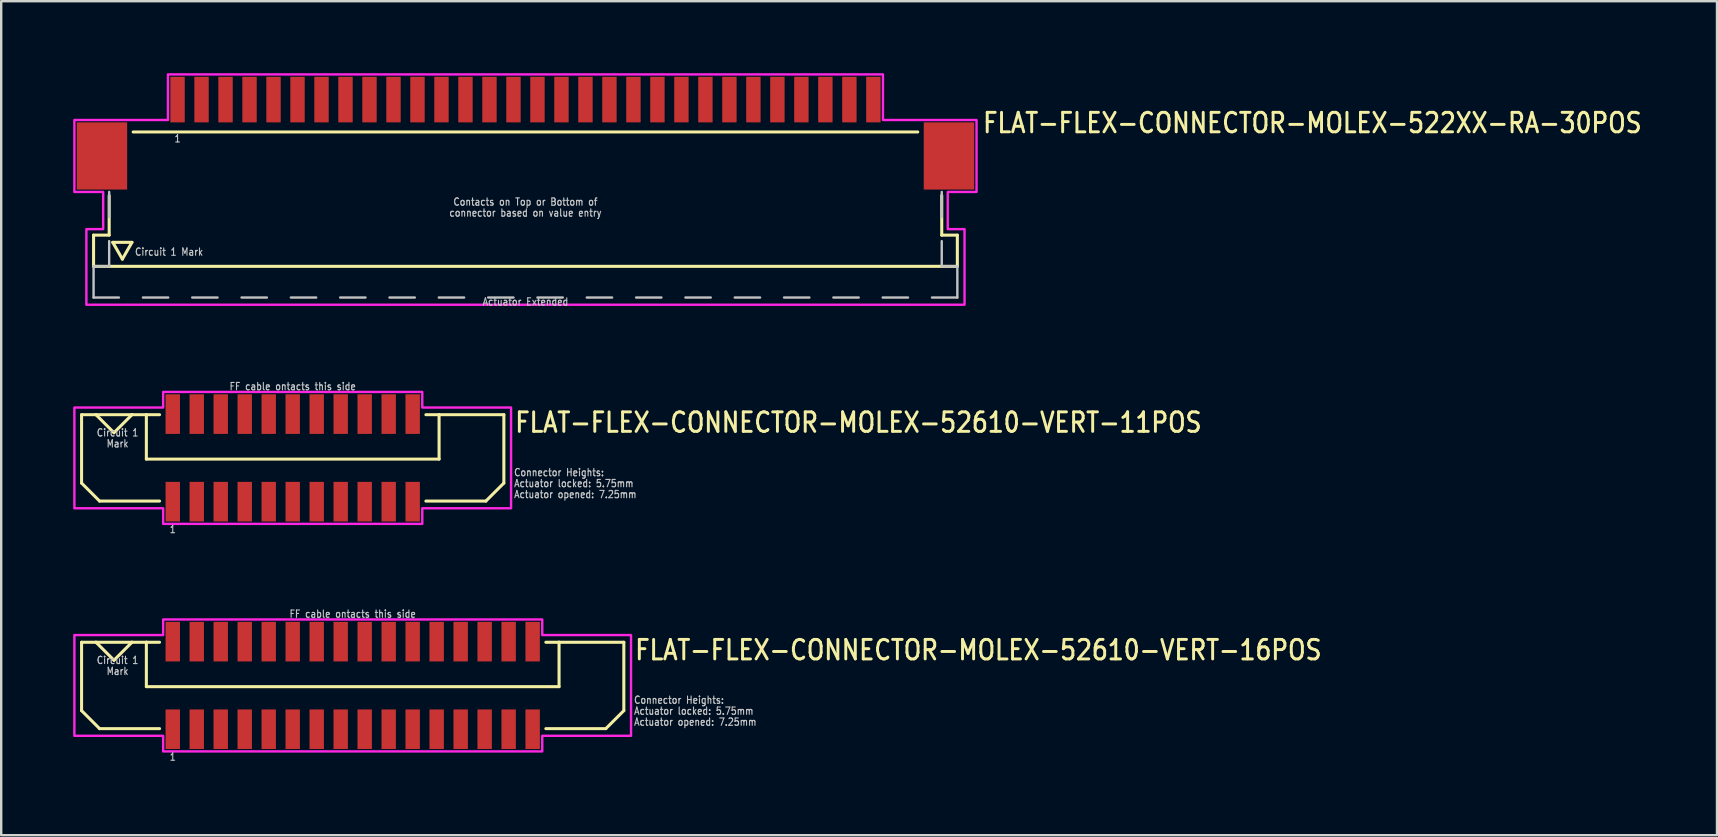
<source format=kicad_pcb>
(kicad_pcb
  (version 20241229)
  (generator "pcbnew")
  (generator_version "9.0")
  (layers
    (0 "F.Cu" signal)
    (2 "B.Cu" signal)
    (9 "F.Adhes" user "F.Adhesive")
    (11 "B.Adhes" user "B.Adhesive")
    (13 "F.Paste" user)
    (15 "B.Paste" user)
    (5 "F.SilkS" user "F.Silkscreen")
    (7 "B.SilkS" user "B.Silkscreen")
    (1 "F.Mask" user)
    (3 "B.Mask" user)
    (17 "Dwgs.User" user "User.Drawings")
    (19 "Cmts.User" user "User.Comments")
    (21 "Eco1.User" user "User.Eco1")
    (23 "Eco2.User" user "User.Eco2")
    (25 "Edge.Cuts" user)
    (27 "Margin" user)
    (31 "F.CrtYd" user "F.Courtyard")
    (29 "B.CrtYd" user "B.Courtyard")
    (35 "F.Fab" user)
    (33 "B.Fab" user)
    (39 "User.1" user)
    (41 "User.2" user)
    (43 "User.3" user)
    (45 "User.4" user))
  (footprint "FLAT-FLEX-CONNECTOR-MOLEX-522XX-RA-30POS"
    (layer "F.Cu")
    (at 18.85 2.05)
    (property "Reference" "FLAT-FLEX-CONNECTOR-MOLEX-522XX-RA-30POS" (at 19 0.5 0) (unlocked yes) (layer "F.SilkS") (effects (font (size 0.813 0.695) (thickness 0.122)) (justify left bottom)))
    (fp_line (start -18 4.7) (end -18 6) (stroke (width 0.127) (type solid)) (layer "F.SilkS"))
    (fp_line (start -18 6) (end 18 6) (stroke (width 0.127) (type solid)) (layer "F.SilkS"))
    (fp_line (start -17.35 3.05) (end -17.35 4.7) (stroke (width 0.127) (type solid)) (layer "F.SilkS"))
    (fp_line (start -17.35 4.7) (end -18 4.7) (stroke (width 0.127) (type solid)) (layer "F.SilkS"))
    (fp_line (start -17.2 5) (end -16.4 5) (stroke (width 0.127) (type solid)) (layer "F.SilkS"))
    (fp_line (start -16.8 5.7) (end -17.2 5) (stroke (width 0.127) (type solid)) (layer "F.SilkS"))
    (fp_line (start -16.4 5) (end -16.8 5.7) (stroke (width 0.127) (type solid)) (layer "F.SilkS"))
    (fp_line (start -16.35 0.4) (end 16.35 0.4) (stroke (width 0.127) (type solid)) (layer "F.SilkS"))
    (fp_line (start 17.35 3.05) (end 17.35 4.7) (stroke (width 0.127) (type solid)) (layer "F.SilkS"))
    (fp_line (start 18 4.7) (end 17.35 4.7) (stroke (width 0.127) (type solid)) (layer "F.SilkS"))
    (fp_line (start 18 6) (end 18 4.7) (stroke (width 0.127) (type solid)) (layer "F.SilkS"))
    (fp_line (start -18 6) (end -18 7.3) (stroke (width 0.1) (type solid)) (layer "Dwgs.User"))
    (fp_line (start -18 7.3) (end -16.944 7.3) (stroke (width 0.1) (type solid)) (layer "Dwgs.User"))
    (fp_line (start -17.35 2.9) (end -17.35 3.95) (stroke (width 0.1) (type solid)) (layer "Dwgs.User"))
    (fp_line (start -17.35 4.95) (end -17.35 6) (stroke (width 0.1) (type solid)) (layer "Dwgs.User"))
    (fp_line (start -17.35 6) (end -18 6) (stroke (width 0.1) (type solid)) (layer "Dwgs.User"))
    (fp_line (start -15.944 7.3) (end -14.889 7.3) (stroke (width 0.1) (type solid)) (layer "Dwgs.User"))
    (fp_line (start -13.889 7.3) (end -12.833 7.3) (stroke (width 0.1) (type solid)) (layer "Dwgs.User"))
    (fp_line (start -11.833 7.3) (end -10.778 7.3) (stroke (width 0.1) (type solid)) (layer "Dwgs.User"))
    (fp_line (start -9.778 7.3) (end -8.722 7.3) (stroke (width 0.1) (type solid)) (layer "Dwgs.User"))
    (fp_line (start -7.722 7.3) (end -6.667 7.3) (stroke (width 0.1) (type solid)) (layer "Dwgs.User"))
    (fp_line (start -5.667 7.3) (end -4.611 7.3) (stroke (width 0.1) (type solid)) (layer "Dwgs.User"))
    (fp_line (start -3.611 7.3) (end -2.556 7.3) (stroke (width 0.1) (type solid)) (layer "Dwgs.User"))
    (fp_line (start -1.556 7.3) (end -0.5 7.3) (stroke (width 0.1) (type solid)) (layer "Dwgs.User"))
    (fp_line (start 0.5 7.3) (end 1.556 7.3) (stroke (width 0.1) (type solid)) (layer "Dwgs.User"))
    (fp_line (start 2.556 7.3) (end 3.611 7.3) (stroke (width 0.1) (type solid)) (layer "Dwgs.User"))
    (fp_line (start 4.611 7.3) (end 5.667 7.3) (stroke (width 0.1) (type solid)) (layer "Dwgs.User"))
    (fp_line (start 6.667 7.3) (end 7.722 7.3) (stroke (width 0.1) (type solid)) (layer "Dwgs.User"))
    (fp_line (start 8.722 7.3) (end 9.778 7.3) (stroke (width 0.1) (type solid)) (layer "Dwgs.User"))
    (fp_line (start 10.778 7.3) (end 11.833 7.3) (stroke (width 0.1) (type solid)) (layer "Dwgs.User"))
    (fp_line (start 12.833 7.3) (end 13.889 7.3) (stroke (width 0.1) (type solid)) (layer "Dwgs.User"))
    (fp_line (start 14.889 7.3) (end 15.944 7.3) (stroke (width 0.1) (type solid)) (layer "Dwgs.User"))
    (fp_line (start 16.944 7.3) (end 18 7.3) (stroke (width 0.1) (type solid)) (layer "Dwgs.User"))
    (fp_line (start 17.35 2.9) (end 17.35 3.95) (stroke (width 0.1) (type solid)) (layer "Dwgs.User"))
    (fp_line (start 17.35 4.95) (end 17.35 6) (stroke (width 0.1) (type solid)) (layer "Dwgs.User"))
    (fp_line (start 18 6) (end 17.35 6) (stroke (width 0.1) (type solid)) (layer "Dwgs.User"))
    (fp_line (start 18 7.3) (end 18 6) (stroke (width 0.1) (type solid)) (layer "Dwgs.User"))
    (fp_poly (pts (xy -18.8 2.9) (xy -18.8 -0.1) (xy -14.9 -0.1) (xy -14.9 -2) (xy 14.9 -2) (xy 14.9 -0.1) (xy 18.8 -0.1) (xy 18.8 2.9) (xy 17.6 2.9) (xy 17.6 4.45) (xy 18.3 4.45) (xy 18.3 7.6) (xy -18.3 7.6) (xy -18.3 4.45) (xy -17.6 4.45) (xy -17.6 2.9)) (stroke (width 0.1) (type solid)) (fill no) (layer "F.CrtYd"))
    (fp_text user "Contacts on Top or Bottom of" (at 0 3.493 0) (unlocked yes) (layer "Dwgs.User") (effects (font (size 0.305 0.261) (thickness 0.046)) (justify bottom)))
    (fp_text user "Actuator Extended" (at 0 7.3 0) (unlocked yes) (layer "Dwgs.User") (effects (font (size 0.305 0.261) (thickness 0.046)) (justify top)))
    (fp_text user "connector based on value entry" (at 0 3.95 0) (unlocked yes) (layer "Dwgs.User") (effects (font (size 0.305 0.261) (thickness 0.046)) (justify bottom)))
    (fp_text user "1" (at -14.5 0.5 0) (unlocked yes) (layer "Dwgs.User") (effects (font (size 0.305 0.261) (thickness 0.046)) (justify top)))
    (fp_text user "Circuit 1 Mark" (at -16.3 5.4 0) (unlocked yes) (layer "Dwgs.User") (effects (font (size 0.305 0.261) (thickness 0.046)) (justify left)))
    (pad "M1" smd rect (at -17.65 1.4) (size 2.1 2.8) (layers "F.Cu" "F.Mask" "F.Paste"))
    (pad "M2" smd rect (at 17.65 1.4) (size 2.1 2.8) (layers "F.Cu" "F.Mask" "F.Paste"))
    (pad "P$1" smd rect (at -14.5 -0.95) (size 0.6 1.9) (layers "F.Cu" "F.Mask" "F.Paste"))
    (pad "P$2" smd rect (at -13.5 -0.95) (size 0.6 1.9) (layers "F.Cu" "F.Mask" "F.Paste"))
    (pad "P$3" smd rect (at -12.5 -0.95) (size 0.6 1.9) (layers "F.Cu" "F.Mask" "F.Paste"))
    (pad "P$4" smd rect (at -11.5 -0.95) (size 0.6 1.9) (layers "F.Cu" "F.Mask" "F.Paste"))
    (pad "P$5" smd rect (at -10.5 -0.95) (size 0.6 1.9) (layers "F.Cu" "F.Mask" "F.Paste"))
    (pad "P$6" smd rect (at -9.5 -0.95) (size 0.6 1.9) (layers "F.Cu" "F.Mask" "F.Paste"))
    (pad "P$7" smd rect (at -8.5 -0.95) (size 0.6 1.9) (layers "F.Cu" "F.Mask" "F.Paste"))
    (pad "P$8" smd rect (at -7.5 -0.95) (size 0.6 1.9) (layers "F.Cu" "F.Mask" "F.Paste"))
    (pad "P$9" smd rect (at -6.5 -0.95) (size 0.6 1.9) (layers "F.Cu" "F.Mask" "F.Paste"))
    (pad "P$10" smd rect (at -5.5 -0.95) (size 0.6 1.9) (layers "F.Cu" "F.Mask" "F.Paste"))
    (pad "P$11" smd rect (at -4.5 -0.95) (size 0.6 1.9) (layers "F.Cu" "F.Mask" "F.Paste"))
    (pad "P$12" smd rect (at -3.5 -0.95) (size 0.6 1.9) (layers "F.Cu" "F.Mask" "F.Paste"))
    (pad "P$13" smd rect (at -2.5 -0.95) (size 0.6 1.9) (layers "F.Cu" "F.Mask" "F.Paste"))
    (pad "P$14" smd rect (at -1.5 -0.95) (size 0.6 1.9) (layers "F.Cu" "F.Mask" "F.Paste"))
    (pad "P$15" smd rect (at -0.5 -0.95) (size 0.6 1.9) (layers "F.Cu" "F.Mask" "F.Paste"))
    (pad "P$16" smd rect (at 0.5 -0.95) (size 0.6 1.9) (layers "F.Cu" "F.Mask" "F.Paste"))
    (pad "P$17" smd rect (at 1.5 -0.95) (size 0.6 1.9) (layers "F.Cu" "F.Mask" "F.Paste"))
    (pad "P$18" smd rect (at 2.5 -0.95) (size 0.6 1.9) (layers "F.Cu" "F.Mask" "F.Paste"))
    (pad "P$19" smd rect (at 3.5 -0.95) (size 0.6 1.9) (layers "F.Cu" "F.Mask" "F.Paste"))
    (pad "P$20" smd rect (at 4.5 -0.95) (size 0.6 1.9) (layers "F.Cu" "F.Mask" "F.Paste"))
    (pad "P$21" smd rect (at 5.5 -0.95) (size 0.6 1.9) (layers "F.Cu" "F.Mask" "F.Paste"))
    (pad "P$22" smd rect (at 6.5 -0.95) (size 0.6 1.9) (layers "F.Cu" "F.Mask" "F.Paste"))
    (pad "P$23" smd rect (at 7.5 -0.95) (size 0.6 1.9) (layers "F.Cu" "F.Mask" "F.Paste"))
    (pad "P$24" smd rect (at 8.5 -0.95) (size 0.6 1.9) (layers "F.Cu" "F.Mask" "F.Paste"))
    (pad "P$25" smd rect (at 9.5 -0.95) (size 0.6 1.9) (layers "F.Cu" "F.Mask" "F.Paste"))
    (pad "P$26" smd rect (at 10.5 -0.95) (size 0.6 1.9) (layers "F.Cu" "F.Mask" "F.Paste"))
    (pad "P$27" smd rect (at 11.5 -0.95) (size 0.6 1.9) (layers "F.Cu" "F.Mask" "F.Paste"))
    (pad "P$28" smd rect (at 12.5 -0.95) (size 0.6 1.9) (layers "F.Cu" "F.Mask" "F.Paste"))
    (pad "P$29" smd rect (at 13.5 -0.95) (size 0.6 1.9) (layers "F.Cu" "F.Mask" "F.Paste"))
    (pad "P$30" smd rect (at 14.5 -0.95) (size 0.6 1.9) (layers "F.Cu" "F.Mask" "F.Paste")))
  (footprint "FLAT-FLEX-CONNECTOR-MOLEX-52610-VERT-11POS"
    (layer "F.Cu")
    (at 9.15 16.034)
    (property "Reference" "FLAT-FLEX-CONNECTOR-MOLEX-52610-VERT-11POS" (at 9.2 -1 0) (unlocked yes) (layer "F.SilkS") (effects (font (size 0.813 0.695) (thickness 0.122)) (justify left bottom)))
    (fp_line (start -8.8 -1.8) (end -8.8 1.05) (stroke (width 0.127) (type solid)) (layer "F.SilkS"))
    (fp_line (start -8.8 1.05) (end -8.05 1.8) (stroke (width 0.127) (type solid)) (layer "F.SilkS"))
    (fp_line (start -8.2 -1.8) (end -8.8 -1.8) (stroke (width 0.127) (type solid)) (layer "F.SilkS"))
    (fp_line (start -8.2 -1.8) (end -7.45 -1.05) (stroke (width 0.127) (type solid)) (layer "F.SilkS"))
    (fp_line (start -8.05 1.8) (end -5.55 1.8) (stroke (width 0.127) (type solid)) (layer "F.SilkS"))
    (fp_line (start -7.45 -1.05) (end -6.7 -1.8) (stroke (width 0.127) (type solid)) (layer "F.SilkS"))
    (fp_line (start -6.7 -1.8) (end -8.2 -1.8) (stroke (width 0.127) (type solid)) (layer "F.SilkS"))
    (fp_line (start -6.1 -1.8) (end -6.7 -1.8) (stroke (width 0.127) (type solid)) (layer "F.SilkS"))
    (fp_line (start -6.1 -1.8) (end -6.1 0.05) (stroke (width 0.127) (type solid)) (layer "F.SilkS"))
    (fp_line (start -6.1 0.05) (end 6.1 0.05) (stroke (width 0.127) (type solid)) (layer "F.SilkS"))
    (fp_line (start -5.55 -1.8) (end -6.1 -1.8) (stroke (width 0.127) (type solid)) (layer "F.SilkS"))
    (fp_line (start 5.55 -1.8) (end 6.1 -1.8) (stroke (width 0.127) (type solid)) (layer "F.SilkS"))
    (fp_line (start 6.1 -1.8) (end 8.8 -1.8) (stroke (width 0.127) (type solid)) (layer "F.SilkS"))
    (fp_line (start 6.1 0.05) (end 6.1 -1.8) (stroke (width 0.127) (type solid)) (layer "F.SilkS"))
    (fp_line (start 8.05 1.8) (end 5.55 1.8) (stroke (width 0.127) (type solid)) (layer "F.SilkS"))
    (fp_line (start 8.8 -1.8) (end 8.8 1.05) (stroke (width 0.127) (type solid)) (layer "F.SilkS"))
    (fp_line (start 8.8 1.05) (end 8.05 1.8) (stroke (width 0.127) (type solid)) (layer "F.SilkS"))
    (fp_poly (pts (xy -9.1 -2.1) (xy -5.4 -2.1) (xy -5.4 -2.75) (xy 5.4 -2.75) (xy 5.4 -2.1) (xy 9.1 -2.1) (xy 9.1 2.1) (xy 5.4 2.1) (xy 5.4 2.75) (xy -5.4 2.75) (xy -5.4 2.1) (xy -9.1 2.1)) (stroke (width 0.1) (type solid)) (fill no) (layer "F.CrtYd"))
    (fp_text user "Mark" (at -7.3 -0.771 0) (unlocked yes) (layer "Dwgs.User") (effects (font (size 0.305 0.261) (thickness 0.046)) (justify top)))
    (fp_text user "FF cable ontacts this side" (at 0 -2.8 0) (unlocked yes) (layer "Dwgs.User") (effects (font (size 0.305 0.261) (thickness 0.046)) (justify bottom)))
    (fp_text user "1" (at -5 2.8 0) (unlocked yes) (layer "Dwgs.User") (effects (font (size 0.305 0.261) (thickness 0.046)) (justify top)))
    (fp_text user "Circuit 1" (at -7.3 -1.229 0) (unlocked yes) (layer "Dwgs.User") (effects (font (size 0.305 0.261) (thickness 0.046)) (justify top)))
    (fp_text user "Connector Heights:" (at 9.2 0.786 0) (unlocked yes) (layer "Dwgs.User") (effects (font (size 0.305 0.261) (thickness 0.046)) (justify left bottom)))
    (fp_text user "Actuator opened: 7.25mm" (at 9.2 1.7 0) (unlocked yes) (layer "Dwgs.User") (effects (font (size 0.305 0.261) (thickness 0.046)) (justify left bottom)))
    (fp_text user "Actuator locked: 5.75mm" (at 9.2 1.243 0) (unlocked yes) (layer "Dwgs.User") (effects (font (size 0.305 0.261) (thickness 0.046)) (justify left bottom)))
    (pad "PC1" smd rect (at -5 -1.825) (size 0.6 1.65) (layers "F.Cu" "F.Mask" "F.Paste"))
    (pad "PC2" smd rect (at -4 -1.825) (size 0.6 1.65) (layers "F.Cu" "F.Mask" "F.Paste"))
    (pad "PC3" smd rect (at -3 -1.825) (size 0.6 1.65) (layers "F.Cu" "F.Mask" "F.Paste"))
    (pad "PC4" smd rect (at -2 -1.825) (size 0.6 1.65) (layers "F.Cu" "F.Mask" "F.Paste"))
    (pad "PC5" smd rect (at -1 -1.825) (size 0.6 1.65) (layers "F.Cu" "F.Mask" "F.Paste"))
    (pad "PC6" smd rect (at 0 -1.825) (size 0.6 1.65) (layers "F.Cu" "F.Mask" "F.Paste"))
    (pad "PC7" smd rect (at 1 -1.825) (size 0.6 1.65) (layers "F.Cu" "F.Mask" "F.Paste"))
    (pad "PC8" smd rect (at 2 -1.825) (size 0.6 1.65) (layers "F.Cu" "F.Mask" "F.Paste"))
    (pad "PC9" smd rect (at 3 -1.825) (size 0.6 1.65) (layers "F.Cu" "F.Mask" "F.Paste"))
    (pad "PC10" smd rect (at 4 -1.825) (size 0.6 1.65) (layers "F.Cu" "F.Mask" "F.Paste"))
    (pad "PC11" smd rect (at 5 -1.825) (size 0.6 1.65) (layers "F.Cu" "F.Mask" "F.Paste"))
    (pad "PS1" smd rect (at -5 1.825) (size 0.6 1.65) (layers "F.Cu" "F.Mask" "F.Paste"))
    (pad "PS2" smd rect (at -4 1.825) (size 0.6 1.65) (layers "F.Cu" "F.Mask" "F.Paste"))
    (pad "PS3" smd rect (at -3 1.825) (size 0.6 1.65) (layers "F.Cu" "F.Mask" "F.Paste"))
    (pad "PS4" smd rect (at -2 1.825) (size 0.6 1.65) (layers "F.Cu" "F.Mask" "F.Paste"))
    (pad "PS5" smd rect (at -1 1.825) (size 0.6 1.65) (layers "F.Cu" "F.Mask" "F.Paste"))
    (pad "PS6" smd rect (at 0 1.825) (size 0.6 1.65) (layers "F.Cu" "F.Mask" "F.Paste"))
    (pad "PS7" smd rect (at 1 1.825) (size 0.6 1.65) (layers "F.Cu" "F.Mask" "F.Paste"))
    (pad "PS8" smd rect (at 2 1.825) (size 0.6 1.65) (layers "F.Cu" "F.Mask" "F.Paste"))
    (pad "PS9" smd rect (at 3 1.825) (size 0.6 1.65) (layers "F.Cu" "F.Mask" "F.Paste"))
    (pad "PS10" smd rect (at 4 1.825) (size 0.6 1.65) (layers "F.Cu" "F.Mask" "F.Paste"))
    (pad "PS11" smd rect (at 5 1.825) (size 0.6 1.65) (layers "F.Cu" "F.Mask" "F.Paste")))
  (footprint "FLAT-FLEX-CONNECTOR-MOLEX-52610-VERT-16POS"
    (layer "F.Cu")
    (at 11.65 25.518)
    (property "Reference" "FLAT-FLEX-CONNECTOR-MOLEX-52610-VERT-16POS" (at 11.7 -1 0) (unlocked yes) (layer "F.SilkS") (effects (font (size 0.813 0.695) (thickness 0.122)) (justify left bottom)))
    (fp_line (start -11.3 -1.8) (end -11.3 1.05) (stroke (width 0.127) (type solid)) (layer "F.SilkS"))
    (fp_line (start -11.3 1.05) (end -10.55 1.8) (stroke (width 0.127) (type solid)) (layer "F.SilkS"))
    (fp_line (start -10.7 -1.8) (end -11.3 -1.8) (stroke (width 0.127) (type solid)) (layer "F.SilkS"))
    (fp_line (start -10.7 -1.8) (end -9.95 -1.05) (stroke (width 0.127) (type solid)) (layer "F.SilkS"))
    (fp_line (start -10.55 1.8) (end -8.05 1.8) (stroke (width 0.127) (type solid)) (layer "F.SilkS"))
    (fp_line (start -9.95 -1.05) (end -9.2 -1.8) (stroke (width 0.127) (type solid)) (layer "F.SilkS"))
    (fp_line (start -9.2 -1.8) (end -10.7 -1.8) (stroke (width 0.127) (type solid)) (layer "F.SilkS"))
    (fp_line (start -8.6 -1.8) (end -9.2 -1.8) (stroke (width 0.127) (type solid)) (layer "F.SilkS"))
    (fp_line (start -8.6 -1.8) (end -8.6 0.05) (stroke (width 0.127) (type solid)) (layer "F.SilkS"))
    (fp_line (start -8.6 0.05) (end 8.6 0.05) (stroke (width 0.127) (type solid)) (layer "F.SilkS"))
    (fp_line (start -8.05 -1.8) (end -8.6 -1.8) (stroke (width 0.127) (type solid)) (layer "F.SilkS"))
    (fp_line (start 8.05 -1.8) (end 8.6 -1.8) (stroke (width 0.127) (type solid)) (layer "F.SilkS"))
    (fp_line (start 8.6 -1.8) (end 11.3 -1.8) (stroke (width 0.127) (type solid)) (layer "F.SilkS"))
    (fp_line (start 8.6 0.05) (end 8.6 -1.8) (stroke (width 0.127) (type solid)) (layer "F.SilkS"))
    (fp_line (start 10.55 1.8) (end 8.05 1.8) (stroke (width 0.127) (type solid)) (layer "F.SilkS"))
    (fp_line (start 11.3 -1.8) (end 11.3 1.05) (stroke (width 0.127) (type solid)) (layer "F.SilkS"))
    (fp_line (start 11.3 1.05) (end 10.55 1.8) (stroke (width 0.127) (type solid)) (layer "F.SilkS"))
    (fp_poly (pts (xy -11.6 -2.1) (xy -7.9 -2.1) (xy -7.9 -2.75) (xy 7.9 -2.75) (xy 7.9 -2.1) (xy 11.6 -2.1) (xy 11.6 2.1) (xy 7.9 2.1) (xy 7.9 2.75) (xy -7.9 2.75) (xy -7.9 2.1) (xy -11.6 2.1)) (stroke (width 0.1) (type solid)) (fill no) (layer "F.CrtYd"))
    (fp_text user "Connector Heights:" (at 11.7 0.786 0) (unlocked yes) (layer "Dwgs.User") (effects (font (size 0.305 0.261) (thickness 0.046)) (justify left bottom)))
    (fp_text user "FF cable ontacts this side" (at 0 -2.8 0) (unlocked yes) (layer "Dwgs.User") (effects (font (size 0.305 0.261) (thickness 0.046)) (justify bottom)))
    (fp_text user "Mark" (at -9.8 -0.771 0) (unlocked yes) (layer "Dwgs.User") (effects (font (size 0.305 0.261) (thickness 0.046)) (justify top)))
    (fp_text user "Actuator locked: 5.75mm" (at 11.7 1.243 0) (unlocked yes) (layer "Dwgs.User") (effects (font (size 0.305 0.261) (thickness 0.046)) (justify left bottom)))
    (fp_text user "1" (at -7.5 2.8 0) (unlocked yes) (layer "Dwgs.User") (effects (font (size 0.305 0.261) (thickness 0.046)) (justify top)))
    (fp_text user "Actuator opened: 7.25mm" (at 11.7 1.7 0) (unlocked yes) (layer "Dwgs.User") (effects (font (size 0.305 0.261) (thickness 0.046)) (justify left bottom)))
    (fp_text user "Circuit 1" (at -9.8 -1.229 0) (unlocked yes) (layer "Dwgs.User") (effects (font (size 0.305 0.261) (thickness 0.046)) (justify top)))
    (pad "PC1" smd rect (at -7.5 -1.825) (size 0.6 1.65) (layers "F.Cu" "F.Mask" "F.Paste"))
    (pad "PC2" smd rect (at -6.5 -1.825) (size 0.6 1.65) (layers "F.Cu" "F.Mask" "F.Paste"))
    (pad "PC3" smd rect (at -5.5 -1.825) (size 0.6 1.65) (layers "F.Cu" "F.Mask" "F.Paste"))
    (pad "PC4" smd rect (at -4.5 -1.825) (size 0.6 1.65) (layers "F.Cu" "F.Mask" "F.Paste"))
    (pad "PC5" smd rect (at -3.5 -1.825) (size 0.6 1.65) (layers "F.Cu" "F.Mask" "F.Paste"))
    (pad "PC6" smd rect (at -2.5 -1.825) (size 0.6 1.65) (layers "F.Cu" "F.Mask" "F.Paste"))
    (pad "PC7" smd rect (at -1.5 -1.825) (size 0.6 1.65) (layers "F.Cu" "F.Mask" "F.Paste"))
    (pad "PC8" smd rect (at -0.5 -1.825) (size 0.6 1.65) (layers "F.Cu" "F.Mask" "F.Paste"))
    (pad "PC9" smd rect (at 0.5 -1.825) (size 0.6 1.65) (layers "F.Cu" "F.Mask" "F.Paste"))
    (pad "PC10" smd rect (at 1.5 -1.825) (size 0.6 1.65) (layers "F.Cu" "F.Mask" "F.Paste"))
    (pad "PC11" smd rect (at 2.5 -1.825) (size 0.6 1.65) (layers "F.Cu" "F.Mask" "F.Paste"))
    (pad "PC12" smd rect (at 3.5 -1.825) (size 0.6 1.65) (layers "F.Cu" "F.Mask" "F.Paste"))
    (pad "PC13" smd rect (at 4.5 -1.825) (size 0.6 1.65) (layers "F.Cu" "F.Mask" "F.Paste"))
    (pad "PC14" smd rect (at 5.5 -1.825) (size 0.6 1.65) (layers "F.Cu" "F.Mask" "F.Paste"))
    (pad "PC15" smd rect (at 6.5 -1.825) (size 0.6 1.65) (layers "F.Cu" "F.Mask" "F.Paste"))
    (pad "PC16" smd rect (at 7.5 -1.825) (size 0.6 1.65) (layers "F.Cu" "F.Mask" "F.Paste"))
    (pad "PS1" smd rect (at -7.5 1.825) (size 0.6 1.65) (layers "F.Cu" "F.Mask" "F.Paste"))
    (pad "PS2" smd rect (at -6.5 1.825) (size 0.6 1.65) (layers "F.Cu" "F.Mask" "F.Paste"))
    (pad "PS3" smd rect (at -5.5 1.825) (size 0.6 1.65) (layers "F.Cu" "F.Mask" "F.Paste"))
    (pad "PS4" smd rect (at -4.5 1.825) (size 0.6 1.65) (layers "F.Cu" "F.Mask" "F.Paste"))
    (pad "PS5" smd rect (at -3.5 1.825) (size 0.6 1.65) (layers "F.Cu" "F.Mask" "F.Paste"))
    (pad "PS6" smd rect (at -2.5 1.825) (size 0.6 1.65) (layers "F.Cu" "F.Mask" "F.Paste"))
    (pad "PS7" smd rect (at -1.5 1.825) (size 0.6 1.65) (layers "F.Cu" "F.Mask" "F.Paste"))
    (pad "PS8" smd rect (at -0.5 1.825) (size 0.6 1.65) (layers "F.Cu" "F.Mask" "F.Paste"))
    (pad "PS9" smd rect (at 0.5 1.825) (size 0.6 1.65) (layers "F.Cu" "F.Mask" "F.Paste"))
    (pad "PS10" smd rect (at 1.5 1.825) (size 0.6 1.65) (layers "F.Cu" "F.Mask" "F.Paste"))
    (pad "PS11" smd rect (at 2.5 1.825) (size 0.6 1.65) (layers "F.Cu" "F.Mask" "F.Paste"))
    (pad "PS12" smd rect (at 3.5 1.825) (size 0.6 1.65) (layers "F.Cu" "F.Mask" "F.Paste"))
    (pad "PS13" smd rect (at 4.5 1.825) (size 0.6 1.65) (layers "F.Cu" "F.Mask" "F.Paste"))
    (pad "PS14" smd rect (at 5.5 1.825) (size 0.6 1.65) (layers "F.Cu" "F.Mask" "F.Paste"))
    (pad "PS15" smd rect (at 6.5 1.825) (size 0.6 1.65) (layers "F.Cu" "F.Mask" "F.Paste"))
    (pad "PS16" smd rect (at 7.5 1.825) (size 0.6 1.65) (layers "F.Cu" "F.Mask" "F.Paste")))
  (gr_rect
    (start -3 -3)
    (end 68.511 31.76)
    (stroke (width 0.1) (type default))
    (fill no)
    (layer "Edge.Cuts")))
</source>
